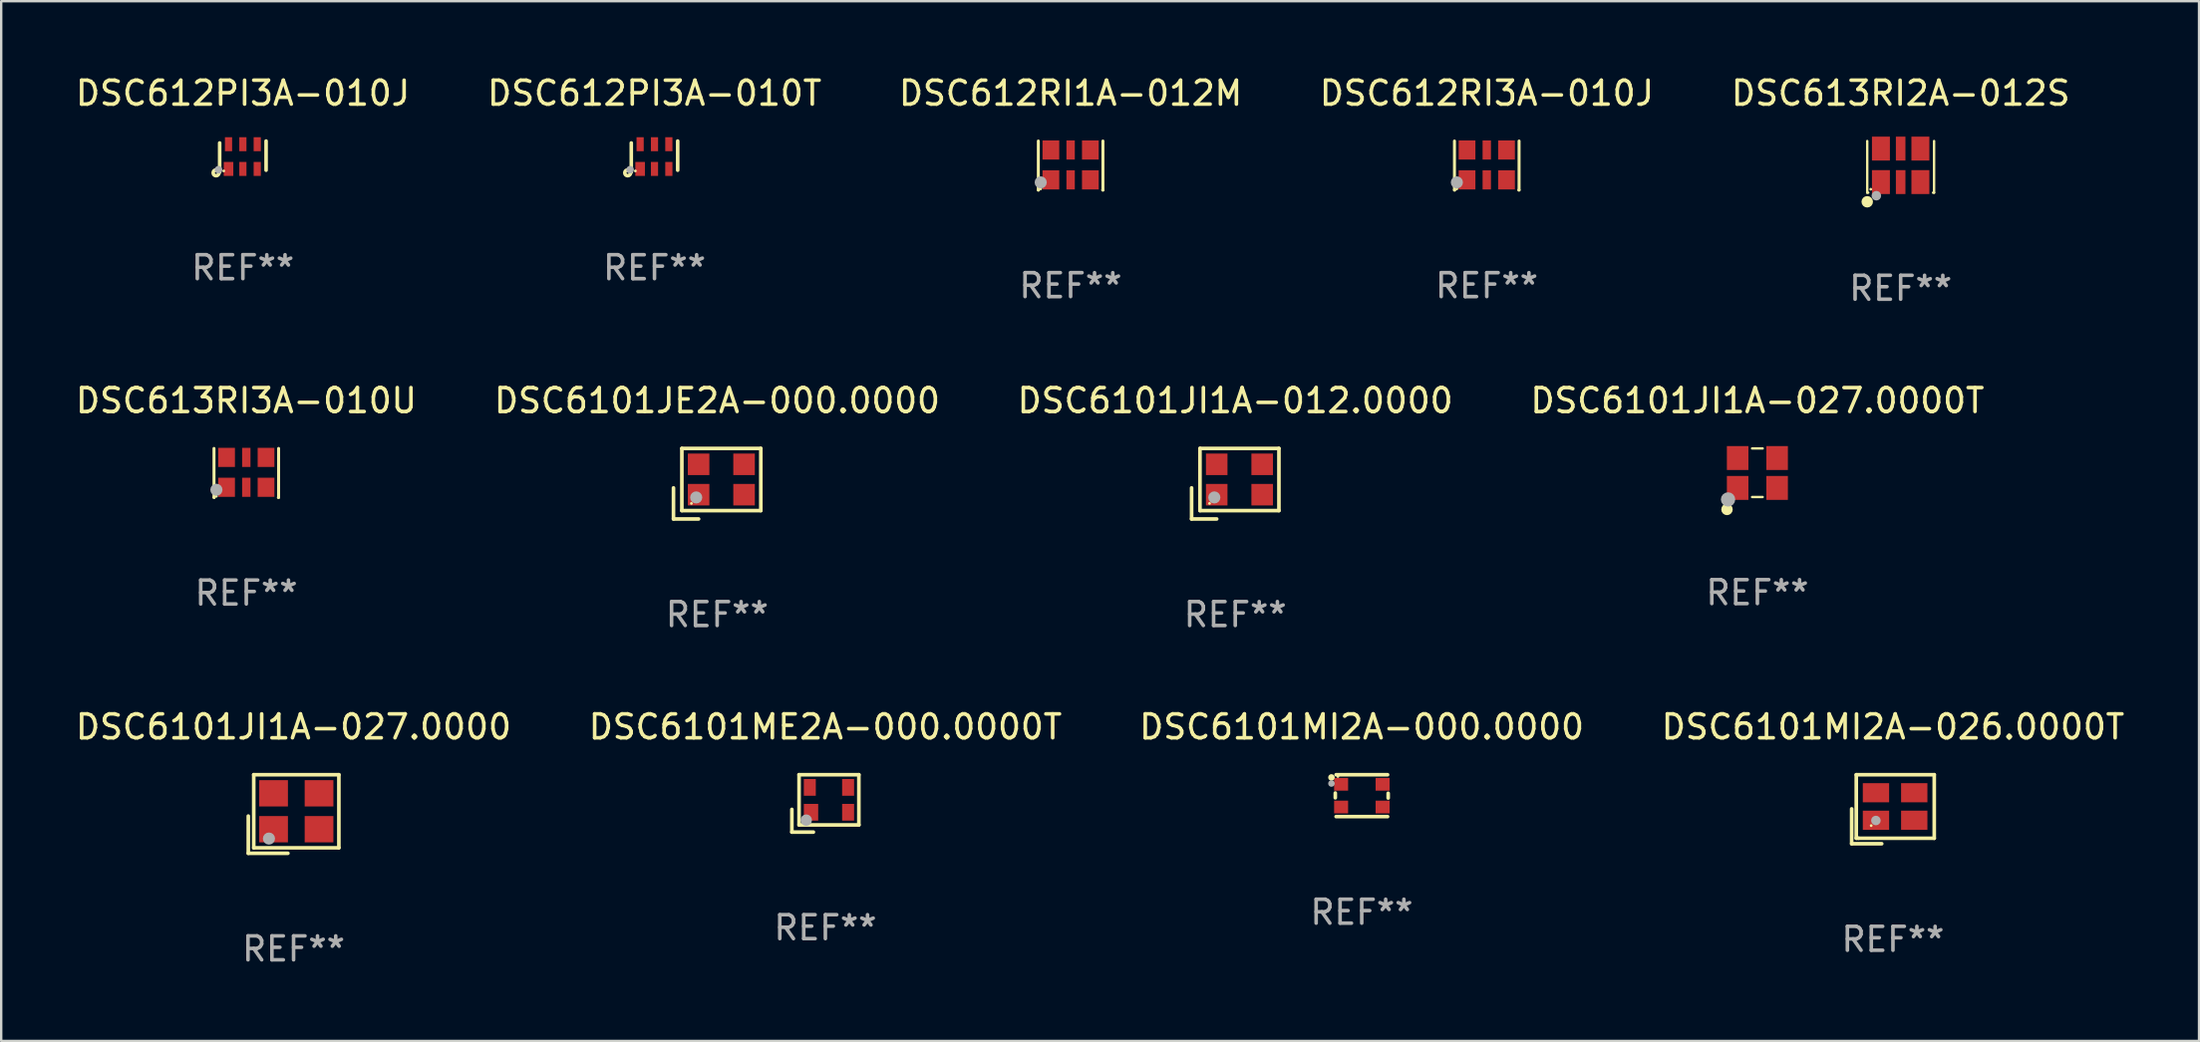
<source format=kicad_pcb>
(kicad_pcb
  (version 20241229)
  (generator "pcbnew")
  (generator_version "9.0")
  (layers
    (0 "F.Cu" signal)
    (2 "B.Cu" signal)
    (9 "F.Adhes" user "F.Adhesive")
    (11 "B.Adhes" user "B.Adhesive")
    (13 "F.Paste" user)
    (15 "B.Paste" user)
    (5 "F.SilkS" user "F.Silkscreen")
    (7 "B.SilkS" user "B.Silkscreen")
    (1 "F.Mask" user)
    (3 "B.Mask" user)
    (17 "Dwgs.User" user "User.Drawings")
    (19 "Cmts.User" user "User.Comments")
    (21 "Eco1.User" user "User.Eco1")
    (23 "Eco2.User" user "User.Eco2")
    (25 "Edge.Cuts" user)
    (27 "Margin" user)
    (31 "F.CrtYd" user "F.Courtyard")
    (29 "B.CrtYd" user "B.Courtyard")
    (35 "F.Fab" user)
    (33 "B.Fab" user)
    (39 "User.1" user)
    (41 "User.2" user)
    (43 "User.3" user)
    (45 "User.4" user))
  (footprint "DSC612RI3A-010J"
    (layer "F.Cu")
    (at 59.089 3.873)
    (property "Reference" "DSC612RI3A-010J" (at 0 -3.025 0) (layer "F.SilkS") (effects (font (size 1 1) (thickness 0.15))))
    (attr through_hole)
    (fp_line (start -1.35 -1.025) (end -1.35 1.025) (stroke (width 0.125) (type solid)) (layer "F.SilkS"))
    (fp_line (start -1.35 1.025) (end -1.34 1.025) (stroke (width 0.125) (type solid)) (layer "F.SilkS"))
    (fp_line (start 1.34 1.025) (end 1.35 1.025) (stroke (width 0.125) (type solid)) (layer "F.SilkS"))
    (fp_line (start 1.35 1.025) (end 1.35 -1.025) (stroke (width 0.125) (type solid)) (layer "F.SilkS"))
    (fp_circle (center -1.25 0.975) (end -1.22 0.975) (stroke (width 0.06) (type solid)) (fill no) (layer "F.SilkS"))
    (fp_circle (center -1.25 0.705) (end -1.123 0.705) (stroke (width 0.254) (type solid)) (fill no) (layer "F.Fab"))
    (fp_text user "REF**" (at 0 5.025 0) (layer "F.Fab") (effects (font (size 1 1) (thickness 0.15))))
    (pad "1" smd rect (at -0.825 0.6) (size 0.7 0.8) (layers "F.Cu" "F.Mask" "F.Paste"))
    (pad "2" smd rect (at -0.000013 0.6) (size 0.35 0.8) (layers "F.Cu" "F.Mask" "F.Paste"))
    (pad "3" smd rect (at 0.825 0.6) (size 0.7 0.8) (layers "F.Cu" "F.Mask" "F.Paste"))
    (pad "4" smd rect (at 0.825 -0.65) (size 0.7 0.8) (layers "F.Cu" "F.Mask" "F.Paste"))
    (pad "5" smd rect (at -0.000013 -0.65) (size 0.35 0.8) (layers "F.Cu" "F.Mask" "F.Paste"))
    (pad "6" smd rect (at -0.825 -0.65) (size 0.7 0.8) (layers "F.Cu" "F.Mask" "F.Paste")))
  (footprint "DSC612PI3A-010J"
    (layer "F.Cu")
    (at 7.101 3.498)
    (property "Reference" "DSC612PI3A-010J" (at 0 -2.65 0) (layer "F.SilkS") (effects (font (size 1 1) (thickness 0.15))))
    (attr through_hole)
    (fp_line (start -0.97 0.65) (end -0.97 -0.57) (stroke (width 0.15) (type solid)) (layer "F.SilkS"))
    (fp_line (start 0.97 -0.65) (end 0.97 0.57) (stroke (width 0.15) (type solid)) (layer "F.SilkS"))
    (fp_circle (center -1.12 0.68) (end -0.998 0.68) (stroke (width 0.15) (type solid)) (fill no) (layer "F.SilkS"))
    (fp_circle (center -0.8 0.6) (end -0.77 0.6) (stroke (width 0.06) (type solid)) (fill no) (layer "F.SilkS"))
    (fp_circle (center -1.02 0.55) (end -0.94 0.55) (stroke (width 0.16) (type solid)) (fill no) (layer "F.Fab"))
    (fp_text user "REF**" (at 0 4.65 0) (layer "F.Fab") (effects (font (size 1 1) (thickness 0.15))))
    (pad "1" smd rect (at -0.6 0.517 180) (size 0.4 0.585) (layers "F.Cu" "F.Mask" "F.Paste"))
    (pad "2" smd rect (at 0.000013 0.517) (size 0.3 0.585) (layers "F.Cu" "F.Mask" "F.Paste"))
    (pad "3" smd rect (at 0.6 0.517) (size 0.3 0.585) (layers "F.Cu" "F.Mask" "F.Paste"))
    (pad "4" smd rect (at 0.6 -0.517) (size 0.3 0.585) (layers "F.Cu" "F.Mask" "F.Paste"))
    (pad "5" smd rect (at 0.000013 -0.517) (size 0.3 0.585) (layers "F.Cu" "F.Mask" "F.Paste"))
    (pad "6" smd rect (at -0.6 -0.517 180) (size 0.3 0.585) (layers "F.Cu" "F.Mask" "F.Paste")))
  (footprint "DSC612RI1A-012M"
    (layer "F.Cu")
    (at 41.696 3.873)
    (property "Reference" "DSC612RI1A-012M" (at 0 -3.025 0) (layer "F.SilkS") (effects (font (size 1 1) (thickness 0.15))))
    (attr through_hole)
    (fp_line (start -1.35 -1.025) (end -1.35 1.025) (stroke (width 0.125) (type solid)) (layer "F.SilkS"))
    (fp_line (start -1.35 1.025) (end -1.34 1.025) (stroke (width 0.125) (type solid)) (layer "F.SilkS"))
    (fp_line (start 1.34 1.025) (end 1.35 1.025) (stroke (width 0.125) (type solid)) (layer "F.SilkS"))
    (fp_line (start 1.35 1.025) (end 1.35 -1.025) (stroke (width 0.125) (type solid)) (layer "F.SilkS"))
    (fp_circle (center -1.25 0.975) (end -1.22 0.975) (stroke (width 0.06) (type solid)) (fill no) (layer "F.SilkS"))
    (fp_circle (center -1.25 0.705) (end -1.123 0.705) (stroke (width 0.254) (type solid)) (fill no) (layer "F.Fab"))
    (fp_text user "REF**" (at 0 5.025 0) (layer "F.Fab") (effects (font (size 1 1) (thickness 0.15))))
    (pad "1" smd rect (at -0.825 0.6) (size 0.7 0.8) (layers "F.Cu" "F.Mask" "F.Paste"))
    (pad "2" smd rect (at -0.000013 0.6) (size 0.35 0.8) (layers "F.Cu" "F.Mask" "F.Paste"))
    (pad "3" smd rect (at 0.825 0.6) (size 0.7 0.8) (layers "F.Cu" "F.Mask" "F.Paste"))
    (pad "4" smd rect (at 0.825 -0.65) (size 0.7 0.8) (layers "F.Cu" "F.Mask" "F.Paste"))
    (pad "5" smd rect (at -0.000013 -0.65) (size 0.35 0.8) (layers "F.Cu" "F.Mask" "F.Paste"))
    (pad "6" smd rect (at -0.825 -0.65) (size 0.7 0.8) (layers "F.Cu" "F.Mask" "F.Paste")))
  (footprint "DSC6101JI1A-027.0000T"
    (layer "F.Cu")
    (at 70.399 16.72)
    (property "Reference" "DSC6101JI1A-027.0000T" (at 0 -3.016 0) (layer "F.SilkS") (effects (font (size 1 1) (thickness 0.15))))
    (attr through_hole)
    (fp_line (start -0.221 -1.016) (end 0.221 -1.016) (stroke (width 0.1) (type solid)) (layer "F.SilkS"))
    (fp_line (start -0.221 1.016) (end 0.221 1.016) (stroke (width 0.1) (type solid)) (layer "F.SilkS"))
    (fp_circle (center -1.27 1.535) (end -1.15 1.535) (stroke (width 0.24) (type solid)) (fill no) (layer "F.SilkS"))
    (fp_circle (center -1.25 1) (end -1.22 1) (stroke (width 0.06) (type solid)) (fill no) (layer "F.SilkS"))
    (fp_circle (center -1.226 1.118) (end -1.076 1.118) (stroke (width 0.3) (type solid)) (fill no) (layer "F.Fab"))
    (fp_text user "REF**" (at 0 5.016 0) (layer "F.Fab") (effects (font (size 1 1) (thickness 0.15))))
    (pad "1" smd rect (at -0.825 0.636) (size 0.9 1) (layers "F.Cu" "F.Mask" "F.Paste"))
    (pad "2" smd rect (at 0.825 0.636) (size 0.9 1) (layers "F.Cu" "F.Mask" "F.Paste"))
    (pad "3" smd rect (at 0.825 -0.614) (size 0.9 1) (layers "F.Cu" "F.Mask" "F.Paste"))
    (pad "4" smd rect (at -0.825 -0.614) (size 0.9 1) (layers "F.Cu" "F.Mask" "F.Paste")))
  (footprint "DSC6101MI2A-000.0000"
    (layer "F.Cu")
    (at 53.863 30.226)
    (property "Reference" "DSC6101MI2A-000.0000" (at 0 -2.876 0) (layer "F.SilkS") (effects (font (size 1 1) (thickness 0.15))))
    (attr through_hole)
    (fp_line (start -1.105 -0.11) (end -1.105 0.09) (stroke (width 0.152) (type solid)) (layer "F.SilkS"))
    (fp_line (start -1.071 -0.876) (end 1.081 -0.876) (stroke (width 0.152) (type solid)) (layer "F.SilkS"))
    (fp_line (start -1.071 0.876) (end 1.081 0.876) (stroke (width 0.152) (type solid)) (layer "F.SilkS"))
    (fp_line (start 1.105 -0.1) (end 1.105 0.1) (stroke (width 0.152) (type solid)) (layer "F.SilkS"))
    (fp_circle (center -1.265 -0.762) (end -1.196 -0.762) (stroke (width 0.137) (type solid)) (fill no) (layer "F.SilkS"))
    (fp_circle (center -0.995 -0.8) (end -0.965 -0.8) (stroke (width 0.06) (type solid)) (fill no) (layer "F.SilkS"))
    (fp_circle (center -1.265 -0.508) (end -1.196 -0.508) (stroke (width 0.137) (type solid)) (fill no) (layer "F.Fab"))
    (fp_text user "REF**" (at 0 4.876 0) (layer "F.Fab") (effects (font (size 1 1) (thickness 0.15))))
    (pad "1" smd rect (at -0.862 -0.475) (size 0.585 0.532) (layers "F.Cu" "F.Mask" "F.Paste"))
    (pad "2" smd rect (at -0.862 0.475) (size 0.585 0.532) (layers "F.Cu" "F.Mask" "F.Paste"))
    (pad "3" smd rect (at 0.872 0.475) (size 0.585 0.532) (layers "F.Cu" "F.Mask" "F.Paste"))
    (pad "4" smd rect (at 0.872 -0.475) (size 0.585 0.532) (layers "F.Cu" "F.Mask" "F.Paste")))
  (footprint "DSC6101MI2A-026.0000T"
    (layer "F.Cu")
    (at 76.065 30.793)
    (property "Reference" "DSC6101MI2A-026.0000T" (at 0 -3.443 0) (layer "F.SilkS") (effects (font (size 1 1) (thickness 0.15))))
    (attr through_hole)
    (fp_line (start -1.726 -0.015) (end -1.726 1.443) (stroke (width 0.152) (type solid)) (layer "F.SilkS"))
    (fp_line (start -1.726 1.443) (end -0.469 1.443) (stroke (width 0.152) (type solid)) (layer "F.SilkS"))
    (fp_line (start -1.533 -1.443) (end 1.726 -1.443) (stroke (width 0.152) (type solid)) (layer "F.SilkS"))
    (fp_line (start -1.533 1.214) (end -1.533 -1.443) (stroke (width 0.152) (type solid)) (layer "F.SilkS"))
    (fp_line (start -1.439 1.214) (end -1.533 1.214) (stroke (width 0.152) (type solid)) (layer "F.SilkS"))
    (fp_line (start 1.726 -1.443) (end 1.726 1.214) (stroke (width 0.152) (type solid)) (layer "F.SilkS"))
    (fp_line (start 1.726 1.214) (end -1.439 1.214) (stroke (width 0.152) (type solid)) (layer "F.SilkS"))
    (fp_circle (center -0.91 0.686) (end -0.88 0.686) (stroke (width 0.06) (type solid)) (fill no) (layer "F.SilkS"))
    (fp_circle (center -0.713 0.472) (end -0.613 0.472) (stroke (width 0.2) (type solid)) (fill no) (layer "F.Fab"))
    (fp_text user "REF**" (at 0 5.443 0) (layer "F.Fab") (effects (font (size 1 1) (thickness 0.15))))
    (pad "1" smd rect (at -0.71 0.461) (size 1.1 0.8) (layers "F.Cu" "F.Mask" "F.Paste"))
    (pad "2" smd rect (at 0.89 0.46) (size 1.1 0.8) (layers "F.Cu" "F.Mask" "F.Paste"))
    (pad "3" smd rect (at 0.89 -0.689) (size 1.1 0.8) (layers "F.Cu" "F.Mask" "F.Paste"))
    (pad "4" smd rect (at -0.71 -0.689) (size 1.1 0.8) (layers "F.Cu" "F.Mask" "F.Paste")))
  (footprint "DSC613RI3A-010U"
    (layer "F.Cu")
    (at 7.244 16.729)
    (property "Reference" "DSC613RI3A-010U" (at 0 -3.025 0) (layer "F.SilkS") (effects (font (size 1 1) (thickness 0.15))))
    (attr through_hole)
    (fp_line (start -1.35 -1.025) (end -1.35 1.025) (stroke (width 0.125) (type solid)) (layer "F.SilkS"))
    (fp_line (start -1.35 1.025) (end -1.34 1.025) (stroke (width 0.125) (type solid)) (layer "F.SilkS"))
    (fp_line (start 1.34 1.025) (end 1.35 1.025) (stroke (width 0.125) (type solid)) (layer "F.SilkS"))
    (fp_line (start 1.35 1.025) (end 1.35 -1.025) (stroke (width 0.125) (type solid)) (layer "F.SilkS"))
    (fp_circle (center -1.25 0.975) (end -1.22 0.975) (stroke (width 0.06) (type solid)) (fill no) (layer "F.SilkS"))
    (fp_circle (center -1.25 0.705) (end -1.123 0.705) (stroke (width 0.254) (type solid)) (fill no) (layer "F.Fab"))
    (fp_text user "REF**" (at 0 5.025 0) (layer "F.Fab") (effects (font (size 1 1) (thickness 0.15))))
    (pad "1" smd rect (at -0.825 0.6) (size 0.7 0.8) (layers "F.Cu" "F.Mask" "F.Paste"))
    (pad "2" smd rect (at -0.000013 0.6) (size 0.35 0.8) (layers "F.Cu" "F.Mask" "F.Paste"))
    (pad "3" smd rect (at 0.825 0.6) (size 0.7 0.8) (layers "F.Cu" "F.Mask" "F.Paste"))
    (pad "4" smd rect (at 0.825 -0.65) (size 0.7 0.8) (layers "F.Cu" "F.Mask" "F.Paste"))
    (pad "5" smd rect (at -0.000013 -0.65) (size 0.35 0.8) (layers "F.Cu" "F.Mask" "F.Paste"))
    (pad "6" smd rect (at -0.825 -0.65) (size 0.7 0.8) (layers "F.Cu" "F.Mask" "F.Paste")))
  (footprint "DSC6101JE2A-000.0000"
    (layer "F.Cu")
    (at 26.923 17.179)
    (property "Reference" "DSC6101JE2A-000.0000" (at 0 -3.475 0) (layer "F.SilkS") (effects (font (size 1 1) (thickness 0.15))))
    (attr through_hole)
    (fp_line (start -1.825 0.175) (end -1.825 1.475) (stroke (width 0.152) (type solid)) (layer "F.SilkS"))
    (fp_line (start -1.825 1.475) (end -0.775 1.475) (stroke (width 0.152) (type solid)) (layer "F.SilkS"))
    (fp_line (start -1.475 -1.475) (end -1.475 1.125) (stroke (width 0.152) (type solid)) (layer "F.SilkS"))
    (fp_line (start -1.475 1.125) (end 1.825 1.125) (stroke (width 0.152) (type solid)) (layer "F.SilkS"))
    (fp_line (start 1.825 -1.475) (end -1.475 -1.475) (stroke (width 0.152) (type solid)) (layer "F.SilkS"))
    (fp_line (start 1.825 1.125) (end 1.825 -1.475) (stroke (width 0.152) (type solid)) (layer "F.SilkS"))
    (fp_circle (center -1.075 0.825) (end -1.045 0.825) (stroke (width 0.06) (type solid)) (fill no) (layer "F.SilkS"))
    (fp_circle (center -0.875 0.575) (end -0.748 0.575) (stroke (width 0.254) (type solid)) (fill no) (layer "F.Fab"))
    (fp_text user "REF**" (at 0 5.475 0) (layer "F.Fab") (effects (font (size 1 1) (thickness 0.15))))
    (pad "1" smd rect (at -0.775 0.46) (size 0.9 0.9) (layers "F.Cu" "F.Mask" "F.Paste"))
    (pad "2" smd rect (at 1.125 0.46) (size 0.9 0.9) (layers "F.Cu" "F.Mask" "F.Paste"))
    (pad "3" smd rect (at 1.125 -0.81) (size 0.9 0.9) (layers "F.Cu" "F.Mask" "F.Paste"))
    (pad "4" smd rect (at -0.775 -0.81) (size 0.9 0.9) (layers "F.Cu" "F.Mask" "F.Paste")))
  (footprint "DSC613RI2A-012S"
    (layer "F.Cu")
    (at 76.387 3.928)
    (property "Reference" "DSC613RI2A-012S" (at 0 -3.08 0) (layer "F.SilkS") (effects (font (size 1 1) (thickness 0.15))))
    (attr through_hole)
    (fp_line (start -1.397 -1.08) (end -1.397 1.08) (stroke (width 0.1) (type solid)) (layer "F.SilkS"))
    (fp_line (start -1.397 1.08) (end -1.354 1.08) (stroke (width 0.1) (type solid)) (layer "F.SilkS"))
    (fp_line (start 1.354 1.08) (end 1.397 1.08) (stroke (width 0.1) (type solid)) (layer "F.SilkS"))
    (fp_line (start 1.397 1.08) (end 1.397 -1.08) (stroke (width 0.1) (type solid)) (layer "F.SilkS"))
    (fp_circle (center -1.397 1.461) (end -1.277 1.461) (stroke (width 0.24) (type solid)) (fill no) (layer "F.SilkS"))
    (fp_circle (center -1.25 0.936) (end -1.22 0.936) (stroke (width 0.06) (type solid)) (fill no) (layer "F.SilkS"))
    (fp_circle (center -1.016 1.207) (end -0.916 1.207) (stroke (width 0.2) (type solid)) (fill no) (layer "F.Fab"))
    (fp_text user "REF**" (at 0 5.08 0) (layer "F.Fab") (effects (font (size 1 1) (thickness 0.15))))
    (pad "1" smd rect (at -0.825 0.637) (size 0.75 1) (layers "F.Cu" "F.Mask" "F.Paste"))
    (pad "2" smd rect (at 0 0.637) (size 0.4 1) (layers "F.Cu" "F.Mask" "F.Paste"))
    (pad "3" smd rect (at 0.825 0.637) (size 0.75 1) (layers "F.Cu" "F.Mask" "F.Paste"))
    (pad "4" smd rect (at 0.825 -0.764) (size 0.75 1) (layers "F.Cu" "F.Mask" "F.Paste"))
    (pad "5" smd rect (at 0 -0.764) (size 0.4 1) (layers "F.Cu" "F.Mask" "F.Paste"))
    (pad "6" smd rect (at -0.825 -0.764) (size 0.75 1) (layers "F.Cu" "F.Mask" "F.Paste")))
  (footprint "DSC6101ME2A-000.0000T"
    (layer "F.Cu")
    (at 31.446 30.55)
    (property "Reference" "DSC6101ME2A-000.0000T" (at 0 -3.2 0) (layer "F.SilkS") (effects (font (size 1 1) (thickness 0.15))))
    (attr through_hole)
    (fp_line (start -1.4 0.25) (end -1.4 1.2) (stroke (width 0.152) (type solid)) (layer "F.SilkS"))
    (fp_line (start -1.4 1.2) (end -0.5 1.2) (stroke (width 0.152) (type solid)) (layer "F.SilkS"))
    (fp_line (start -1.1 -1.2) (end -1.1 0.9) (stroke (width 0.152) (type solid)) (layer "F.SilkS"))
    (fp_line (start -1.1 -1.2) (end 1.4 -1.2) (stroke (width 0.152) (type solid)) (layer "F.SilkS"))
    (fp_line (start -1.1 0.9) (end 1.4 0.9) (stroke (width 0.152) (type solid)) (layer "F.SilkS"))
    (fp_line (start 1.4 0.9) (end 1.4 -1.2) (stroke (width 0.152) (type solid)) (layer "F.SilkS"))
    (fp_circle (center -0.85 0.65) (end -0.82 0.65) (stroke (width 0.06) (type solid)) (fill no) (layer "F.SilkS"))
    (fp_circle (center -0.8 0.7) (end -0.68 0.7) (stroke (width 0.24) (type solid)) (fill no) (layer "F.Fab"))
    (fp_text user "REF**" (at 0 5.2 0) (layer "F.Fab") (effects (font (size 1 1) (thickness 0.15))))
    (pad "1" smd rect (at -0.6 0.37) (size 0.6 0.7) (layers "F.Cu" "F.Mask" "F.Paste"))
    (pad "2" smd rect (at 0.95 0.37) (size 0.5 0.7) (layers "F.Cu" "F.Mask" "F.Paste"))
    (pad "3" smd rect (at 0.95 -0.67) (size 0.5 0.7) (layers "F.Cu" "F.Mask" "F.Paste"))
    (pad "4" smd rect (at -0.65 -0.67) (size 0.5 0.7) (layers "F.Cu" "F.Mask" "F.Paste")))
  (footprint "DSC6101JI1A-027.0000"
    (layer "F.Cu")
    (at 9.22 30.993)
    (property "Reference" "DSC6101JI1A-027.0000" (at 0 -3.643 0) (layer "F.SilkS") (effects (font (size 1 1) (thickness 0.15))))
    (attr through_hole)
    (fp_line (start -1.893 0.086) (end -1.893 1.643) (stroke (width 0.152) (type solid)) (layer "F.SilkS"))
    (fp_line (start -1.893 1.643) (end -0.237 1.643) (stroke (width 0.152) (type solid)) (layer "F.SilkS"))
    (fp_line (start -1.665 -1.643) (end 1.893 -1.643) (stroke (width 0.152) (type solid)) (layer "F.SilkS"))
    (fp_line (start -1.665 1.414) (end -1.665 -1.643) (stroke (width 0.152) (type solid)) (layer "F.SilkS"))
    (fp_line (start 1.893 -1.643) (end 1.893 1.414) (stroke (width 0.152) (type solid)) (layer "F.SilkS"))
    (fp_line (start 1.893 1.414) (end -1.665 1.414) (stroke (width 0.152) (type solid)) (layer "F.SilkS"))
    (fp_circle (center -1.136 0.885) (end -1.106 0.885) (stroke (width 0.06) (type solid)) (fill no) (layer "F.SilkS"))
    (fp_circle (center -1.029 1.028) (end -0.902 1.028) (stroke (width 0.254) (type solid)) (fill no) (layer "F.Fab"))
    (fp_text user "REF**" (at 0 5.643 0) (layer "F.Fab") (effects (font (size 1 1) (thickness 0.15))))
    (pad "1" smd rect (at -0.836 0.636) (size 1.2 1.1) (layers "F.Cu" "F.Mask" "F.Paste"))
    (pad "2" smd rect (at 1.064 0.636) (size 1.2 1.1) (layers "F.Cu" "F.Mask" "F.Paste"))
    (pad "3" smd rect (at 1.064 -0.865) (size 1.2 1.1) (layers "F.Cu" "F.Mask" "F.Paste"))
    (pad "4" smd rect (at -0.836 -0.865) (size 1.2 1.1) (layers "F.Cu" "F.Mask" "F.Paste")))
  (footprint "DSC6101JI1A-012.0000"
    (layer "F.Cu")
    (at 48.577 17.179)
    (property "Reference" "DSC6101JI1A-012.0000" (at 0 -3.475 0) (layer "F.SilkS") (effects (font (size 1 1) (thickness 0.15))))
    (attr through_hole)
    (fp_line (start -1.825 0.175) (end -1.825 1.475) (stroke (width 0.152) (type solid)) (layer "F.SilkS"))
    (fp_line (start -1.825 1.475) (end -0.775 1.475) (stroke (width 0.152) (type solid)) (layer "F.SilkS"))
    (fp_line (start -1.475 -1.475) (end -1.475 1.125) (stroke (width 0.152) (type solid)) (layer "F.SilkS"))
    (fp_line (start -1.475 1.125) (end 1.825 1.125) (stroke (width 0.152) (type solid)) (layer "F.SilkS"))
    (fp_line (start 1.825 -1.475) (end -1.475 -1.475) (stroke (width 0.152) (type solid)) (layer "F.SilkS"))
    (fp_line (start 1.825 1.125) (end 1.825 -1.475) (stroke (width 0.152) (type solid)) (layer "F.SilkS"))
    (fp_circle (center -1.075 0.825) (end -1.045 0.825) (stroke (width 0.06) (type solid)) (fill no) (layer "F.SilkS"))
    (fp_circle (center -0.875 0.575) (end -0.748 0.575) (stroke (width 0.254) (type solid)) (fill no) (layer "F.Fab"))
    (fp_text user "REF**" (at 0 5.475 0) (layer "F.Fab") (effects (font (size 1 1) (thickness 0.15))))
    (pad "1" smd rect (at -0.775 0.46) (size 0.9 0.9) (layers "F.Cu" "F.Mask" "F.Paste"))
    (pad "2" smd rect (at 1.125 0.46) (size 0.9 0.9) (layers "F.Cu" "F.Mask" "F.Paste"))
    (pad "3" smd rect (at 1.125 -0.81) (size 0.9 0.9) (layers "F.Cu" "F.Mask" "F.Paste"))
    (pad "4" smd rect (at -0.775 -0.81) (size 0.9 0.9) (layers "F.Cu" "F.Mask" "F.Paste")))
  (footprint "DSC612PI3A-010T"
    (layer "F.Cu")
    (at 24.304 3.498)
    (property "Reference" "DSC612PI3A-010T" (at 0 -2.65 0) (layer "F.SilkS") (effects (font (size 1 1) (thickness 0.15))))
    (attr through_hole)
    (fp_line (start -0.97 0.65) (end -0.97 -0.57) (stroke (width 0.15) (type solid)) (layer "F.SilkS"))
    (fp_line (start 0.97 -0.65) (end 0.97 0.57) (stroke (width 0.15) (type solid)) (layer "F.SilkS"))
    (fp_circle (center -1.12 0.68) (end -0.998 0.68) (stroke (width 0.15) (type solid)) (fill no) (layer "F.SilkS"))
    (fp_circle (center -0.8 0.6) (end -0.77 0.6) (stroke (width 0.06) (type solid)) (fill no) (layer "F.SilkS"))
    (fp_circle (center -1.02 0.55) (end -0.94 0.55) (stroke (width 0.16) (type solid)) (fill no) (layer "F.Fab"))
    (fp_text user "REF**" (at 0 4.65 0) (layer "F.Fab") (effects (font (size 1 1) (thickness 0.15))))
    (pad "1" smd rect (at -0.6 0.517 180) (size 0.4 0.585) (layers "F.Cu" "F.Mask" "F.Paste"))
    (pad "2" smd rect (at 0.000013 0.517) (size 0.3 0.585) (layers "F.Cu" "F.Mask" "F.Paste"))
    (pad "3" smd rect (at 0.6 0.517) (size 0.3 0.585) (layers "F.Cu" "F.Mask" "F.Paste"))
    (pad "4" smd rect (at 0.6 -0.517) (size 0.3 0.585) (layers "F.Cu" "F.Mask" "F.Paste"))
    (pad "5" smd rect (at 0.000013 -0.517) (size 0.3 0.585) (layers "F.Cu" "F.Mask" "F.Paste"))
    (pad "6" smd rect (at -0.6 -0.517 180) (size 0.3 0.585) (layers "F.Cu" "F.Mask" "F.Paste")))
  (gr_rect
    (start -3 -3)
    (end 88.857 40.485)
    (stroke (width 0.1) (type default))
    (fill no)
    (layer "Edge.Cuts")))
</source>
